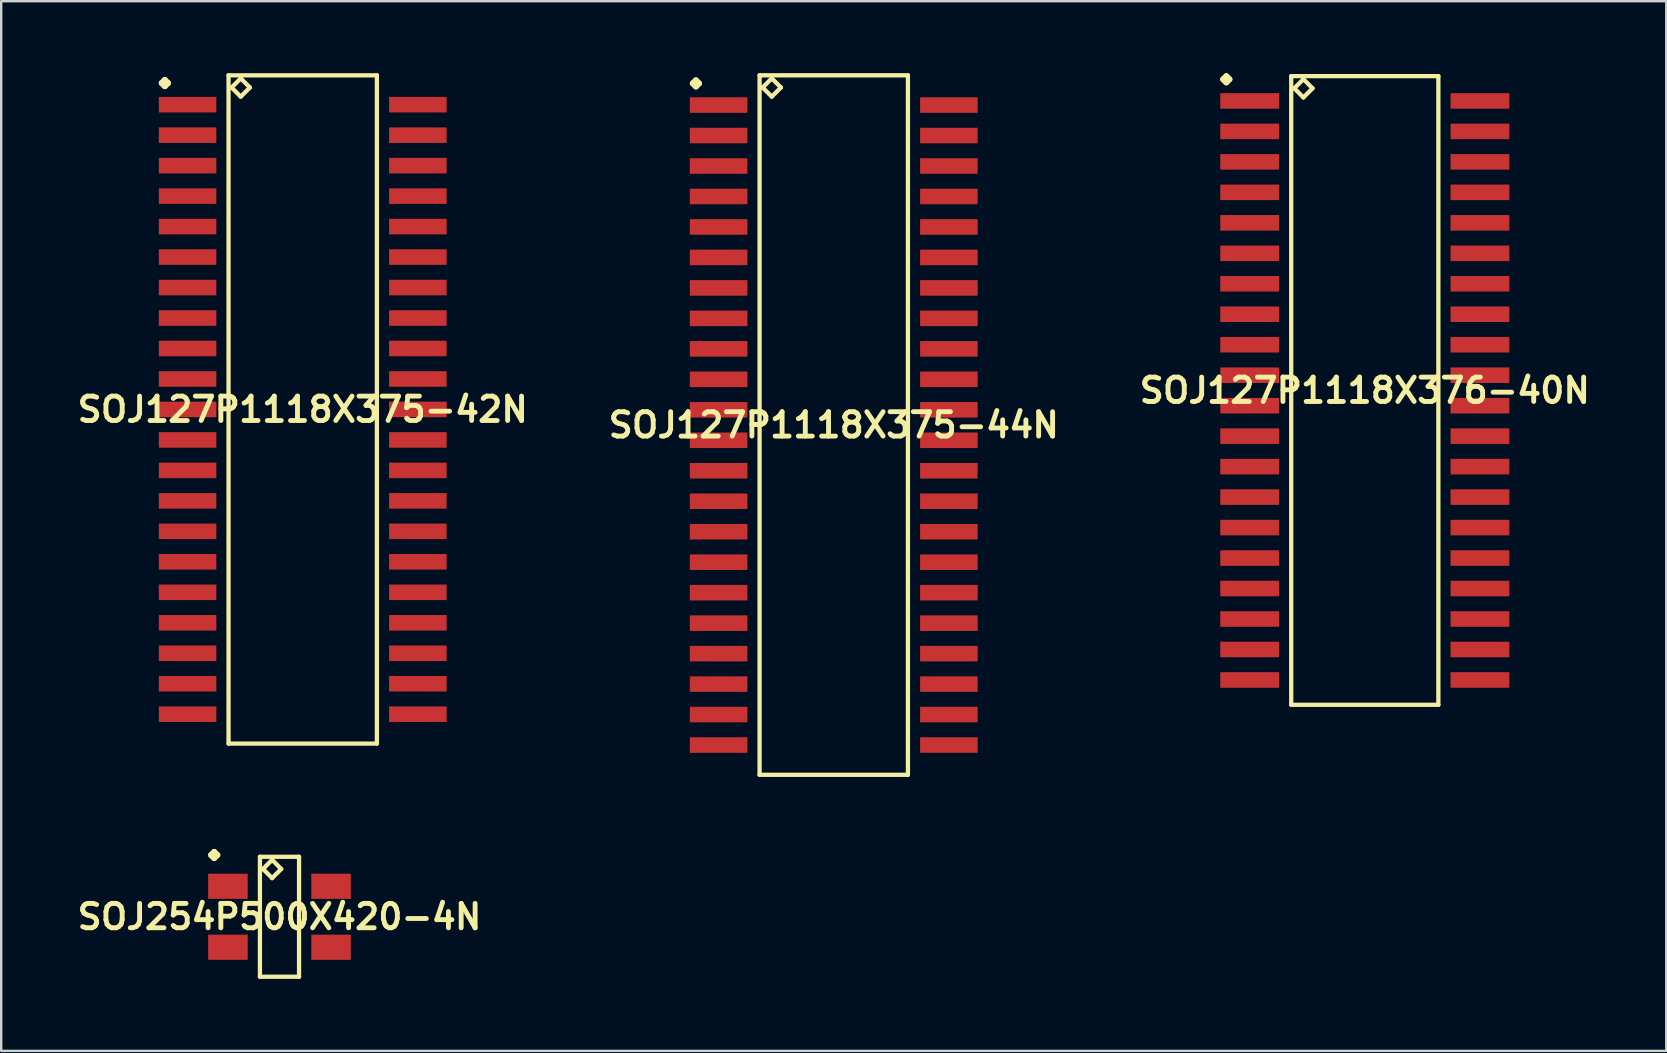
<source format=kicad_pcb>
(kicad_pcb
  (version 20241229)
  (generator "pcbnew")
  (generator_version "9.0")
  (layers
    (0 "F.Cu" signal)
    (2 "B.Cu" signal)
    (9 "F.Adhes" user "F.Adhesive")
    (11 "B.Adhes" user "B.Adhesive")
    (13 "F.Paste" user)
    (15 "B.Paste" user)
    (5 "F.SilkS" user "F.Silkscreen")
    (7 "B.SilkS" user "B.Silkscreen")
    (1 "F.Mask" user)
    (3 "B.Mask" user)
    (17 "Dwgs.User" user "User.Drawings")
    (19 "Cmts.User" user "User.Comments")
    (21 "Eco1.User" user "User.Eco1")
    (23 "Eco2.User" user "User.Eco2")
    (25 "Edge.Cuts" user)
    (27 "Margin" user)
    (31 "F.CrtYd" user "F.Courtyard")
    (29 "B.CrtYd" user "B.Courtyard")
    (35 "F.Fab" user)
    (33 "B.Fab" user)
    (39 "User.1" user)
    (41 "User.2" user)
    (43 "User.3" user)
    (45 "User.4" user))
  (footprint "SOJ127P1118X375-42N"
    (layer "F.Cu")
    (at 9.565 14.013)
    (property "Reference" "SOJ127P1118X375-42N" (at 0 0 0) (layer "F.SilkS") (effects (font (size 1.016 1.016) (thickness 0.203))))
    (attr smd)
    (fp_line (start -5.872 -13.602) (end -5.745 -13.729) (stroke (width 0.254) (type solid)) (layer "F.SilkS"))
    (fp_line (start -5.745 -13.729) (end -5.618 -13.602) (stroke (width 0.254) (type solid)) (layer "F.SilkS"))
    (fp_line (start -5.745 -13.475) (end -5.872 -13.602) (stroke (width 0.254) (type solid)) (layer "F.SilkS"))
    (fp_line (start -5.618 -13.602) (end -5.745 -13.475) (stroke (width 0.254) (type solid)) (layer "F.SilkS"))
    (fp_line (start -3.091 -13.924) (end -3.091 13.924) (stroke (width 0.178) (type solid)) (layer "F.SilkS"))
    (fp_line (start -3.091 13.924) (end 3.091 13.924) (stroke (width 0.178) (type solid)) (layer "F.SilkS"))
    (fp_line (start -2.964 -13.416) (end -2.583 -13.797) (stroke (width 0.178) (type solid)) (layer "F.SilkS"))
    (fp_line (start -2.583 -13.797) (end -2.202 -13.416) (stroke (width 0.178) (type solid)) (layer "F.SilkS"))
    (fp_line (start -2.583 -13.035) (end -2.964 -13.416) (stroke (width 0.178) (type solid)) (layer "F.SilkS"))
    (fp_line (start -2.202 -13.416) (end -2.583 -13.035) (stroke (width 0.178) (type solid)) (layer "F.SilkS"))
    (fp_line (start 3.091 -13.924) (end -3.091 -13.924) (stroke (width 0.178) (type solid)) (layer "F.SilkS"))
    (fp_line (start 3.091 13.924) (end 3.091 -13.924) (stroke (width 0.178) (type solid)) (layer "F.SilkS"))
    (pad "1" smd rect (at -4.798 -12.7) (size 2.398 0.648) (layers "F.Cu" "F.Mask" "F.Paste"))
    (pad "2" smd rect (at -4.798 -11.43) (size 2.398 0.648) (layers "F.Cu" "F.Mask" "F.Paste"))
    (pad "3" smd rect (at -4.798 -10.16) (size 2.398 0.648) (layers "F.Cu" "F.Mask" "F.Paste"))
    (pad "4" smd rect (at -4.798 -8.89) (size 2.398 0.648) (layers "F.Cu" "F.Mask" "F.Paste"))
    (pad "5" smd rect (at -4.798 -7.62) (size 2.398 0.648) (layers "F.Cu" "F.Mask" "F.Paste"))
    (pad "6" smd rect (at -4.798 -6.35) (size 2.398 0.648) (layers "F.Cu" "F.Mask" "F.Paste"))
    (pad "7" smd rect (at -4.798 -5.08) (size 2.398 0.648) (layers "F.Cu" "F.Mask" "F.Paste"))
    (pad "8" smd rect (at -4.798 -3.81) (size 2.398 0.648) (layers "F.Cu" "F.Mask" "F.Paste"))
    (pad "9" smd rect (at -4.798 -2.54) (size 2.398 0.648) (layers "F.Cu" "F.Mask" "F.Paste"))
    (pad "10" smd rect (at -4.798 -1.27) (size 2.398 0.648) (layers "F.Cu" "F.Mask" "F.Paste"))
    (pad "11" smd rect (at -4.798 0) (size 2.398 0.648) (layers "F.Cu" "F.Mask" "F.Paste"))
    (pad "12" smd rect (at -4.798 1.27) (size 2.398 0.648) (layers "F.Cu" "F.Mask" "F.Paste"))
    (pad "13" smd rect (at -4.798 2.54) (size 2.398 0.648) (layers "F.Cu" "F.Mask" "F.Paste"))
    (pad "14" smd rect (at -4.798 3.81) (size 2.398 0.648) (layers "F.Cu" "F.Mask" "F.Paste"))
    (pad "15" smd rect (at -4.798 5.08) (size 2.398 0.648) (layers "F.Cu" "F.Mask" "F.Paste"))
    (pad "16" smd rect (at -4.798 6.35) (size 2.398 0.648) (layers "F.Cu" "F.Mask" "F.Paste"))
    (pad "17" smd rect (at -4.798 7.62) (size 2.398 0.648) (layers "F.Cu" "F.Mask" "F.Paste"))
    (pad "18" smd rect (at -4.798 8.89) (size 2.398 0.648) (layers "F.Cu" "F.Mask" "F.Paste"))
    (pad "19" smd rect (at -4.798 10.16) (size 2.398 0.648) (layers "F.Cu" "F.Mask" "F.Paste"))
    (pad "20" smd rect (at -4.798 11.43) (size 2.398 0.648) (layers "F.Cu" "F.Mask" "F.Paste"))
    (pad "21" smd rect (at -4.798 12.7) (size 2.398 0.648) (layers "F.Cu" "F.Mask" "F.Paste"))
    (pad "22" smd rect (at 4.798 12.7) (size 2.398 0.648) (layers "F.Cu" "F.Mask" "F.Paste"))
    (pad "23" smd rect (at 4.798 11.43) (size 2.398 0.648) (layers "F.Cu" "F.Mask" "F.Paste"))
    (pad "24" smd rect (at 4.798 10.16) (size 2.398 0.648) (layers "F.Cu" "F.Mask" "F.Paste"))
    (pad "25" smd rect (at 4.798 8.89) (size 2.398 0.648) (layers "F.Cu" "F.Mask" "F.Paste"))
    (pad "26" smd rect (at 4.798 7.62) (size 2.398 0.648) (layers "F.Cu" "F.Mask" "F.Paste"))
    (pad "27" smd rect (at 4.798 6.35) (size 2.398 0.648) (layers "F.Cu" "F.Mask" "F.Paste"))
    (pad "28" smd rect (at 4.798 5.08) (size 2.398 0.648) (layers "F.Cu" "F.Mask" "F.Paste"))
    (pad "29" smd rect (at 4.798 3.81) (size 2.398 0.648) (layers "F.Cu" "F.Mask" "F.Paste"))
    (pad "30" smd rect (at 4.798 2.54) (size 2.398 0.648) (layers "F.Cu" "F.Mask" "F.Paste"))
    (pad "31" smd rect (at 4.798 1.27) (size 2.398 0.648) (layers "F.Cu" "F.Mask" "F.Paste"))
    (pad "32" smd rect (at 4.798 0) (size 2.398 0.648) (layers "F.Cu" "F.Mask" "F.Paste"))
    (pad "33" smd rect (at 4.798 -1.27) (size 2.398 0.648) (layers "F.Cu" "F.Mask" "F.Paste"))
    (pad "34" smd rect (at 4.798 -2.54) (size 2.398 0.648) (layers "F.Cu" "F.Mask" "F.Paste"))
    (pad "35" smd rect (at 4.798 -3.81) (size 2.398 0.648) (layers "F.Cu" "F.Mask" "F.Paste"))
    (pad "36" smd rect (at 4.798 -5.08) (size 2.398 0.648) (layers "F.Cu" "F.Mask" "F.Paste"))
    (pad "37" smd rect (at 4.798 -6.35) (size 2.398 0.648) (layers "F.Cu" "F.Mask" "F.Paste"))
    (pad "38" smd rect (at 4.798 -7.62) (size 2.398 0.648) (layers "F.Cu" "F.Mask" "F.Paste"))
    (pad "39" smd rect (at 4.798 -8.89) (size 2.398 0.648) (layers "F.Cu" "F.Mask" "F.Paste"))
    (pad "40" smd rect (at 4.798 -10.16) (size 2.398 0.648) (layers "F.Cu" "F.Mask" "F.Paste"))
    (pad "41" smd rect (at 4.798 -11.43) (size 2.398 0.648) (layers "F.Cu" "F.Mask" "F.Paste"))
    (pad "42" smd rect (at 4.798 -12.7) (size 2.398 0.648) (layers "F.Cu" "F.Mask" "F.Paste")))
  (footprint "SOJ254P500X420-4N"
    (layer "F.Cu")
    (at 8.597 35.154)
    (property "Reference" "SOJ254P500X420-4N" (at 0 0 0) (layer "F.SilkS") (effects (font (size 1.016 1.016) (thickness 0.203))))
    (attr smd)
    (fp_line (start -2.847 -2.573) (end -2.72 -2.7) (stroke (width 0.254) (type solid)) (layer "F.SilkS"))
    (fp_line (start -2.72 -2.7) (end -2.593 -2.573) (stroke (width 0.254) (type solid)) (layer "F.SilkS"))
    (fp_line (start -2.72 -2.446) (end -2.847 -2.573) (stroke (width 0.254) (type solid)) (layer "F.SilkS"))
    (fp_line (start -2.593 -2.573) (end -2.72 -2.446) (stroke (width 0.254) (type solid)) (layer "F.SilkS"))
    (fp_line (start -0.815 -2.499) (end -0.815 2.499) (stroke (width 0.178) (type solid)) (layer "F.SilkS"))
    (fp_line (start -0.815 2.499) (end 0.815 2.499) (stroke (width 0.178) (type solid)) (layer "F.SilkS"))
    (fp_line (start -0.688 -1.991) (end -0.307 -2.372) (stroke (width 0.178) (type solid)) (layer "F.SilkS"))
    (fp_line (start -0.307 -2.372) (end 0.071 -1.991) (stroke (width 0.178) (type solid)) (layer "F.SilkS"))
    (fp_line (start -0.307 -1.61) (end -0.688 -1.991) (stroke (width 0.178) (type solid)) (layer "F.SilkS"))
    (fp_line (start 0.071 -1.991) (end -0.307 -1.61) (stroke (width 0.178) (type solid)) (layer "F.SilkS"))
    (fp_line (start 0.815 -2.499) (end -0.815 -2.499) (stroke (width 0.178) (type solid)) (layer "F.SilkS"))
    (fp_line (start 0.815 2.499) (end 0.815 -2.499) (stroke (width 0.178) (type solid)) (layer "F.SilkS"))
    (pad "1" smd rect (at -2.149 -1.27) (size 1.648 1.049) (layers "F.Cu" "F.Mask" "F.Paste"))
    (pad "2" smd rect (at -2.149 1.27) (size 1.648 1.049) (layers "F.Cu" "F.Mask" "F.Paste"))
    (pad "3" smd rect (at 2.149 1.27) (size 1.648 1.049) (layers "F.Cu" "F.Mask" "F.Paste"))
    (pad "4" smd rect (at 2.149 -1.27) (size 1.648 1.049) (layers "F.Cu" "F.Mask" "F.Paste")))
  (footprint "SOJ127P1118X375-44N"
    (layer "F.Cu")
    (at 31.695 14.663)
    (property "Reference" "SOJ127P1118X375-44N" (at 0 0 0) (layer "F.SilkS") (effects (font (size 1.016 1.016) (thickness 0.203))))
    (attr smd)
    (fp_line (start -5.872 -14.237) (end -5.745 -14.364) (stroke (width 0.254) (type solid)) (layer "F.SilkS"))
    (fp_line (start -5.745 -14.364) (end -5.618 -14.237) (stroke (width 0.254) (type solid)) (layer "F.SilkS"))
    (fp_line (start -5.745 -14.11) (end -5.872 -14.237) (stroke (width 0.254) (type solid)) (layer "F.SilkS"))
    (fp_line (start -5.618 -14.237) (end -5.745 -14.11) (stroke (width 0.254) (type solid)) (layer "F.SilkS"))
    (fp_line (start -3.091 -14.575) (end -3.091 14.575) (stroke (width 0.178) (type solid)) (layer "F.SilkS"))
    (fp_line (start -3.091 14.575) (end 3.091 14.575) (stroke (width 0.178) (type solid)) (layer "F.SilkS"))
    (fp_line (start -2.964 -14.067) (end -2.583 -14.448) (stroke (width 0.178) (type solid)) (layer "F.SilkS"))
    (fp_line (start -2.583 -14.448) (end -2.202 -14.067) (stroke (width 0.178) (type solid)) (layer "F.SilkS"))
    (fp_line (start -2.583 -13.686) (end -2.964 -14.067) (stroke (width 0.178) (type solid)) (layer "F.SilkS"))
    (fp_line (start -2.202 -14.067) (end -2.583 -13.686) (stroke (width 0.178) (type solid)) (layer "F.SilkS"))
    (fp_line (start 3.091 -14.575) (end -3.091 -14.575) (stroke (width 0.178) (type solid)) (layer "F.SilkS"))
    (fp_line (start 3.091 14.575) (end 3.091 -14.575) (stroke (width 0.178) (type solid)) (layer "F.SilkS"))
    (pad "1" smd rect (at -4.798 -13.335) (size 2.398 0.648) (layers "F.Cu" "F.Mask" "F.Paste"))
    (pad "2" smd rect (at -4.798 -12.065) (size 2.398 0.648) (layers "F.Cu" "F.Mask" "F.Paste"))
    (pad "3" smd rect (at -4.798 -10.795) (size 2.398 0.648) (layers "F.Cu" "F.Mask" "F.Paste"))
    (pad "4" smd rect (at -4.798 -9.525) (size 2.398 0.648) (layers "F.Cu" "F.Mask" "F.Paste"))
    (pad "5" smd rect (at -4.798 -8.255) (size 2.398 0.648) (layers "F.Cu" "F.Mask" "F.Paste"))
    (pad "6" smd rect (at -4.798 -6.985) (size 2.398 0.648) (layers "F.Cu" "F.Mask" "F.Paste"))
    (pad "7" smd rect (at -4.798 -5.715) (size 2.398 0.648) (layers "F.Cu" "F.Mask" "F.Paste"))
    (pad "8" smd rect (at -4.798 -4.445) (size 2.398 0.648) (layers "F.Cu" "F.Mask" "F.Paste"))
    (pad "9" smd rect (at -4.798 -3.175) (size 2.398 0.648) (layers "F.Cu" "F.Mask" "F.Paste"))
    (pad "10" smd rect (at -4.798 -1.905) (size 2.398 0.648) (layers "F.Cu" "F.Mask" "F.Paste"))
    (pad "11" smd rect (at -4.798 -0.635) (size 2.398 0.648) (layers "F.Cu" "F.Mask" "F.Paste"))
    (pad "12" smd rect (at -4.798 0.635) (size 2.398 0.648) (layers "F.Cu" "F.Mask" "F.Paste"))
    (pad "13" smd rect (at -4.798 1.905) (size 2.398 0.648) (layers "F.Cu" "F.Mask" "F.Paste"))
    (pad "14" smd rect (at -4.798 3.175) (size 2.398 0.648) (layers "F.Cu" "F.Mask" "F.Paste"))
    (pad "15" smd rect (at -4.798 4.445) (size 2.398 0.648) (layers "F.Cu" "F.Mask" "F.Paste"))
    (pad "16" smd rect (at -4.798 5.715) (size 2.398 0.648) (layers "F.Cu" "F.Mask" "F.Paste"))
    (pad "17" smd rect (at -4.798 6.985) (size 2.398 0.648) (layers "F.Cu" "F.Mask" "F.Paste"))
    (pad "18" smd rect (at -4.798 8.255) (size 2.398 0.648) (layers "F.Cu" "F.Mask" "F.Paste"))
    (pad "19" smd rect (at -4.798 9.525) (size 2.398 0.648) (layers "F.Cu" "F.Mask" "F.Paste"))
    (pad "20" smd rect (at -4.798 10.795) (size 2.398 0.648) (layers "F.Cu" "F.Mask" "F.Paste"))
    (pad "21" smd rect (at -4.798 12.065) (size 2.398 0.648) (layers "F.Cu" "F.Mask" "F.Paste"))
    (pad "22" smd rect (at -4.798 13.335) (size 2.398 0.648) (layers "F.Cu" "F.Mask" "F.Paste"))
    (pad "23" smd rect (at 4.798 13.335) (size 2.398 0.648) (layers "F.Cu" "F.Mask" "F.Paste"))
    (pad "24" smd rect (at 4.798 12.065) (size 2.398 0.648) (layers "F.Cu" "F.Mask" "F.Paste"))
    (pad "25" smd rect (at 4.798 10.795) (size 2.398 0.648) (layers "F.Cu" "F.Mask" "F.Paste"))
    (pad "26" smd rect (at 4.798 9.525) (size 2.398 0.648) (layers "F.Cu" "F.Mask" "F.Paste"))
    (pad "27" smd rect (at 4.798 8.255) (size 2.398 0.648) (layers "F.Cu" "F.Mask" "F.Paste"))
    (pad "28" smd rect (at 4.798 6.985) (size 2.398 0.648) (layers "F.Cu" "F.Mask" "F.Paste"))
    (pad "29" smd rect (at 4.798 5.715) (size 2.398 0.648) (layers "F.Cu" "F.Mask" "F.Paste"))
    (pad "30" smd rect (at 4.798 4.445) (size 2.398 0.648) (layers "F.Cu" "F.Mask" "F.Paste"))
    (pad "31" smd rect (at 4.798 3.175) (size 2.398 0.648) (layers "F.Cu" "F.Mask" "F.Paste"))
    (pad "32" smd rect (at 4.798 1.905) (size 2.398 0.648) (layers "F.Cu" "F.Mask" "F.Paste"))
    (pad "33" smd rect (at 4.798 0.635) (size 2.398 0.648) (layers "F.Cu" "F.Mask" "F.Paste"))
    (pad "34" smd rect (at 4.798 -0.635) (size 2.398 0.648) (layers "F.Cu" "F.Mask" "F.Paste"))
    (pad "35" smd rect (at 4.798 -1.905) (size 2.398 0.648) (layers "F.Cu" "F.Mask" "F.Paste"))
    (pad "36" smd rect (at 4.798 -3.175) (size 2.398 0.648) (layers "F.Cu" "F.Mask" "F.Paste"))
    (pad "37" smd rect (at 4.798 -4.445) (size 2.398 0.648) (layers "F.Cu" "F.Mask" "F.Paste"))
    (pad "38" smd rect (at 4.798 -5.715) (size 2.398 0.648) (layers "F.Cu" "F.Mask" "F.Paste"))
    (pad "39" smd rect (at 4.798 -6.985) (size 2.398 0.648) (layers "F.Cu" "F.Mask" "F.Paste"))
    (pad "40" smd rect (at 4.798 -8.255) (size 2.398 0.648) (layers "F.Cu" "F.Mask" "F.Paste"))
    (pad "41" smd rect (at 4.798 -9.525) (size 2.398 0.648) (layers "F.Cu" "F.Mask" "F.Paste"))
    (pad "42" smd rect (at 4.798 -10.795) (size 2.398 0.648) (layers "F.Cu" "F.Mask" "F.Paste"))
    (pad "43" smd rect (at 4.798 -12.065) (size 2.398 0.648) (layers "F.Cu" "F.Mask" "F.Paste"))
    (pad "44" smd rect (at 4.798 -13.335) (size 2.398 0.648) (layers "F.Cu" "F.Mask" "F.Paste")))
  (footprint "SOJ127P1118X376-40N"
    (layer "F.Cu")
    (at 53.825 13.221)
    (property "Reference" "SOJ127P1118X376-40N" (at 0 0 0) (layer "F.SilkS") (effects (font (size 1.016 1.016) (thickness 0.203))))
    (attr smd)
    (fp_line (start -5.898 -12.967) (end -5.771 -13.094) (stroke (width 0.254) (type solid)) (layer "F.SilkS"))
    (fp_line (start -5.771 -13.094) (end -5.644 -12.967) (stroke (width 0.254) (type solid)) (layer "F.SilkS"))
    (fp_line (start -5.771 -12.84) (end -5.898 -12.967) (stroke (width 0.254) (type solid)) (layer "F.SilkS"))
    (fp_line (start -5.644 -12.967) (end -5.771 -12.84) (stroke (width 0.254) (type solid)) (layer "F.SilkS"))
    (fp_line (start -3.066 -13.099) (end -3.066 13.099) (stroke (width 0.178) (type solid)) (layer "F.SilkS"))
    (fp_line (start -3.066 13.099) (end 3.066 13.099) (stroke (width 0.178) (type solid)) (layer "F.SilkS"))
    (fp_line (start -2.939 -12.591) (end -2.558 -12.972) (stroke (width 0.178) (type solid)) (layer "F.SilkS"))
    (fp_line (start -2.558 -12.972) (end -2.177 -12.591) (stroke (width 0.178) (type solid)) (layer "F.SilkS"))
    (fp_line (start -2.558 -12.21) (end -2.939 -12.591) (stroke (width 0.178) (type solid)) (layer "F.SilkS"))
    (fp_line (start -2.177 -12.591) (end -2.558 -12.21) (stroke (width 0.178) (type solid)) (layer "F.SilkS"))
    (fp_line (start 3.066 -13.099) (end -3.066 -13.099) (stroke (width 0.178) (type solid)) (layer "F.SilkS"))
    (fp_line (start 3.066 13.099) (end 3.066 -13.099) (stroke (width 0.178) (type solid)) (layer "F.SilkS"))
    (pad "1" smd rect (at -4.798 -12.065) (size 2.449 0.648) (layers "F.Cu" "F.Mask" "F.Paste"))
    (pad "2" smd rect (at -4.798 -10.795) (size 2.449 0.648) (layers "F.Cu" "F.Mask" "F.Paste"))
    (pad "3" smd rect (at -4.798 -9.525) (size 2.449 0.648) (layers "F.Cu" "F.Mask" "F.Paste"))
    (pad "4" smd rect (at -4.798 -8.255) (size 2.449 0.648) (layers "F.Cu" "F.Mask" "F.Paste"))
    (pad "5" smd rect (at -4.798 -6.985) (size 2.449 0.648) (layers "F.Cu" "F.Mask" "F.Paste"))
    (pad "6" smd rect (at -4.798 -5.715) (size 2.449 0.648) (layers "F.Cu" "F.Mask" "F.Paste"))
    (pad "7" smd rect (at -4.798 -4.445) (size 2.449 0.648) (layers "F.Cu" "F.Mask" "F.Paste"))
    (pad "8" smd rect (at -4.798 -3.175) (size 2.449 0.648) (layers "F.Cu" "F.Mask" "F.Paste"))
    (pad "9" smd rect (at -4.798 -1.905) (size 2.449 0.648) (layers "F.Cu" "F.Mask" "F.Paste"))
    (pad "10" smd rect (at -4.798 -0.635) (size 2.449 0.648) (layers "F.Cu" "F.Mask" "F.Paste"))
    (pad "11" smd rect (at -4.798 0.635) (size 2.449 0.648) (layers "F.Cu" "F.Mask" "F.Paste"))
    (pad "12" smd rect (at -4.798 1.905) (size 2.449 0.648) (layers "F.Cu" "F.Mask" "F.Paste"))
    (pad "13" smd rect (at -4.798 3.175) (size 2.449 0.648) (layers "F.Cu" "F.Mask" "F.Paste"))
    (pad "14" smd rect (at -4.798 4.445) (size 2.449 0.648) (layers "F.Cu" "F.Mask" "F.Paste"))
    (pad "15" smd rect (at -4.798 5.715) (size 2.449 0.648) (layers "F.Cu" "F.Mask" "F.Paste"))
    (pad "16" smd rect (at -4.798 6.985) (size 2.449 0.648) (layers "F.Cu" "F.Mask" "F.Paste"))
    (pad "17" smd rect (at -4.798 8.255) (size 2.449 0.648) (layers "F.Cu" "F.Mask" "F.Paste"))
    (pad "18" smd rect (at -4.798 9.525) (size 2.449 0.648) (layers "F.Cu" "F.Mask" "F.Paste"))
    (pad "19" smd rect (at -4.798 10.795) (size 2.449 0.648) (layers "F.Cu" "F.Mask" "F.Paste"))
    (pad "20" smd rect (at -4.798 12.065) (size 2.449 0.648) (layers "F.Cu" "F.Mask" "F.Paste"))
    (pad "21" smd rect (at 4.798 12.065) (size 2.449 0.648) (layers "F.Cu" "F.Mask" "F.Paste"))
    (pad "22" smd rect (at 4.798 10.795) (size 2.449 0.648) (layers "F.Cu" "F.Mask" "F.Paste"))
    (pad "23" smd rect (at 4.798 9.525) (size 2.449 0.648) (layers "F.Cu" "F.Mask" "F.Paste"))
    (pad "24" smd rect (at 4.798 8.255) (size 2.449 0.648) (layers "F.Cu" "F.Mask" "F.Paste"))
    (pad "25" smd rect (at 4.798 6.985) (size 2.449 0.648) (layers "F.Cu" "F.Mask" "F.Paste"))
    (pad "26" smd rect (at 4.798 5.715) (size 2.449 0.648) (layers "F.Cu" "F.Mask" "F.Paste"))
    (pad "27" smd rect (at 4.798 4.445) (size 2.449 0.648) (layers "F.Cu" "F.Mask" "F.Paste"))
    (pad "28" smd rect (at 4.798 3.175) (size 2.449 0.648) (layers "F.Cu" "F.Mask" "F.Paste"))
    (pad "29" smd rect (at 4.798 1.905) (size 2.449 0.648) (layers "F.Cu" "F.Mask" "F.Paste"))
    (pad "30" smd rect (at 4.798 0.635) (size 2.449 0.648) (layers "F.Cu" "F.Mask" "F.Paste"))
    (pad "31" smd rect (at 4.798 -0.635) (size 2.449 0.648) (layers "F.Cu" "F.Mask" "F.Paste"))
    (pad "32" smd rect (at 4.798 -1.905) (size 2.449 0.648) (layers "F.Cu" "F.Mask" "F.Paste"))
    (pad "33" smd rect (at 4.798 -3.175) (size 2.449 0.648) (layers "F.Cu" "F.Mask" "F.Paste"))
    (pad "34" smd rect (at 4.798 -4.445) (size 2.449 0.648) (layers "F.Cu" "F.Mask" "F.Paste"))
    (pad "35" smd rect (at 4.798 -5.715) (size 2.449 0.648) (layers "F.Cu" "F.Mask" "F.Paste"))
    (pad "36" smd rect (at 4.798 -6.985) (size 2.449 0.648) (layers "F.Cu" "F.Mask" "F.Paste"))
    (pad "37" smd rect (at 4.798 -8.255) (size 2.449 0.648) (layers "F.Cu" "F.Mask" "F.Paste"))
    (pad "38" smd rect (at 4.798 -9.525) (size 2.449 0.648) (layers "F.Cu" "F.Mask" "F.Paste"))
    (pad "39" smd rect (at 4.798 -10.795) (size 2.449 0.648) (layers "F.Cu" "F.Mask" "F.Paste"))
    (pad "40" smd rect (at 4.798 -12.065) (size 2.449 0.648) (layers "F.Cu" "F.Mask" "F.Paste")))
  (gr_rect
    (start -3 -3)
    (end 66.389 40.742)
    (stroke (width 0.1) (type default))
    (fill no)
    (layer "Edge.Cuts")))
</source>
